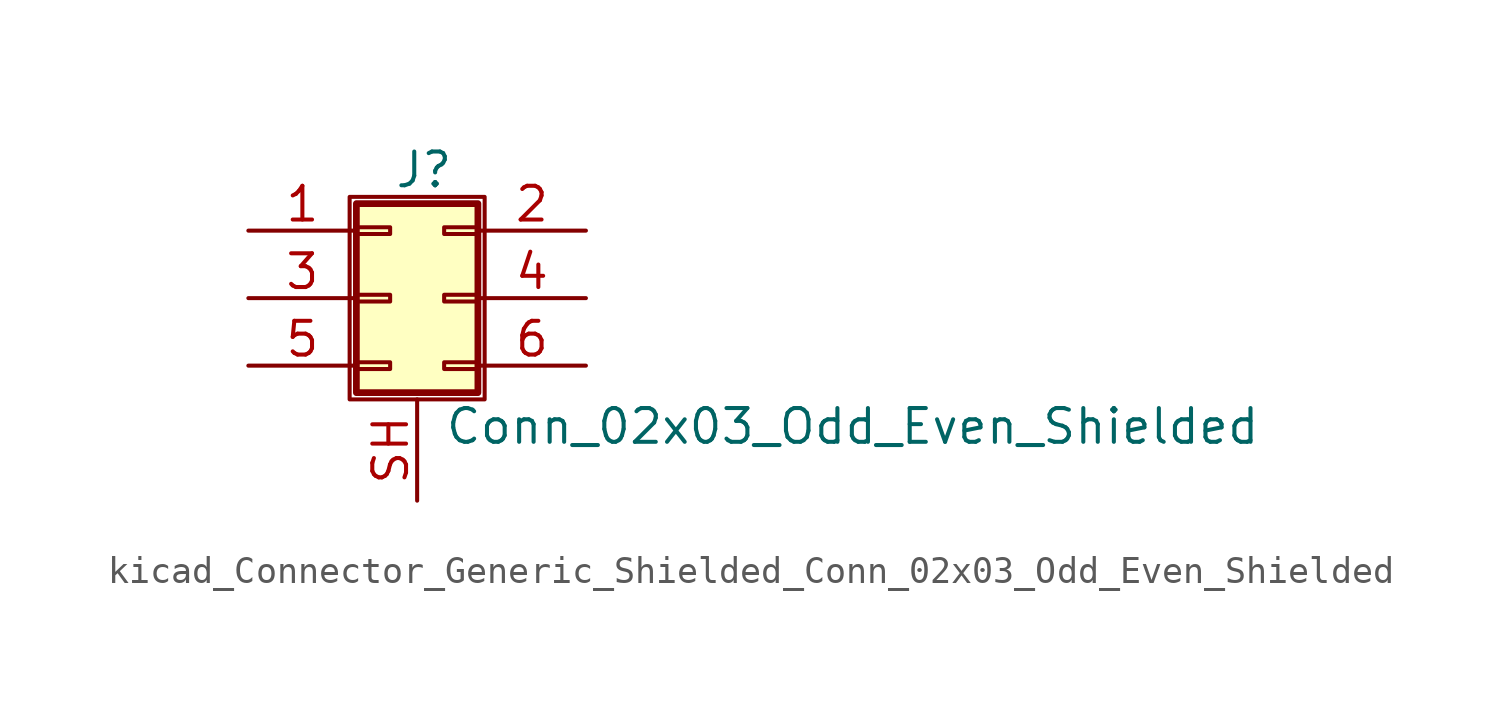
<source format=kicad_sym>
(kicad_symbol_lib
  (version 20220914)
  (generator kicad_symbol_editor)
  (symbol "kicad_Connector_Generic_Shielded_Conn_02x03_Odd_Even_Shielded"
    (pin_names
      (offset 1.016) hide)
    (property "Reference" "J"
      (at 1.524 4.826 0)
      (effects (font (size 1.27 1.27))))
    (property "Value" "Conn_02x03_Odd_Even_Shielded"
      (at 2.286 -4.826 0)
      (effects (font (size 1.27 1.27)) (justify left)))
    (symbol "kicad_Connector_Generic_Shielded_Conn_02x03_Odd_Even_Shielded_1_1"
      (rectangle (start -1.27 3.81) (end 3.81 -3.81) (stroke (width 0.152) (type default)) (fill (type none)))
      (rectangle (start -1.016 -2.413) (end 0.254 -2.667) (stroke (width 0.152) (type default)) (fill (type none)))
      (rectangle (start -1.016 0.127) (end 0.254 -0.127) (stroke (width 0.152) (type default)) (fill (type none)))
      (rectangle (start -1.016 2.667) (end 0.254 2.413) (stroke (width 0.152) (type default)) (fill (type none)))
      (rectangle (start -1.016 3.556) (end 3.556 -3.556) (stroke (width 0.254) (type default)) (fill (type background)))
      (rectangle (start 3.556 -2.413) (end 2.286 -2.667) (stroke (width 0.152) (type default)) (fill (type none)))
      (rectangle (start 3.556 0.127) (end 2.286 -0.127) (stroke (width 0.152) (type default)) (fill (type none)))
      (rectangle (start 3.556 2.667) (end 2.286 2.413) (stroke (width 0.152) (type default)) (fill (type none)))
      (pin passive line (at -5.08 2.54 0) (length 4.064) (name "Pin_1" (effects (font (size 1.27 1.27)))) (number "1" (effects (font (size 1.27 1.27)))))
      (pin passive line (at 7.62 2.54 180) (length 4.064) (name "Pin_2" (effects (font (size 1.27 1.27)))) (number "2" (effects (font (size 1.27 1.27)))))
      (pin passive line (at -5.08 0 0) (length 4.064) (name "Pin_3" (effects (font (size 1.27 1.27)))) (number "3" (effects (font (size 1.27 1.27)))))
      (pin passive line (at 7.62 0 180) (length 4.064) (name "Pin_4" (effects (font (size 1.27 1.27)))) (number "4" (effects (font (size 1.27 1.27)))))
      (pin passive line (at -5.08 -2.54 0) (length 4.064) (name "Pin_5" (effects (font (size 1.27 1.27)))) (number "5" (effects (font (size 1.27 1.27)))))
      (pin passive line (at 7.62 -2.54 180) (length 4.064) (name "Pin_6" (effects (font (size 1.27 1.27)))) (number "6" (effects (font (size 1.27 1.27)))))
      (pin passive line (at 1.27 -7.62 90) (length 3.81) (name "Shield" (effects (font (size 1.27 1.27)))) (number "SH" (effects (font (size 1.27 1.27))))))))
</source>
